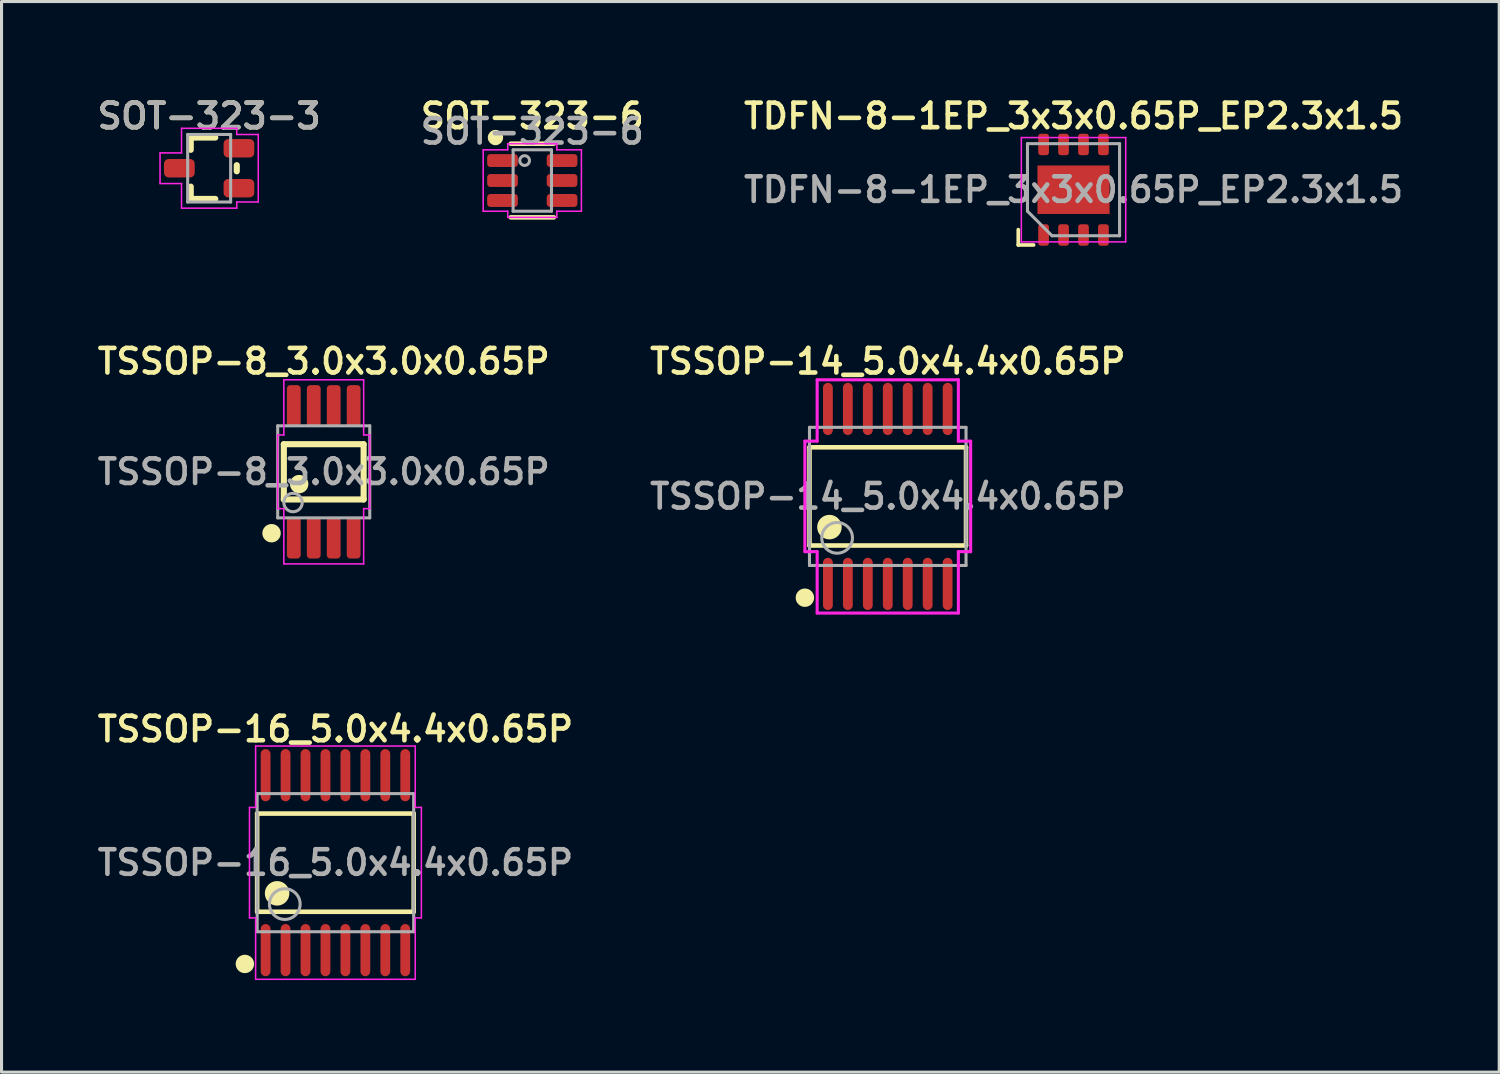
<source format=kicad_pcb>
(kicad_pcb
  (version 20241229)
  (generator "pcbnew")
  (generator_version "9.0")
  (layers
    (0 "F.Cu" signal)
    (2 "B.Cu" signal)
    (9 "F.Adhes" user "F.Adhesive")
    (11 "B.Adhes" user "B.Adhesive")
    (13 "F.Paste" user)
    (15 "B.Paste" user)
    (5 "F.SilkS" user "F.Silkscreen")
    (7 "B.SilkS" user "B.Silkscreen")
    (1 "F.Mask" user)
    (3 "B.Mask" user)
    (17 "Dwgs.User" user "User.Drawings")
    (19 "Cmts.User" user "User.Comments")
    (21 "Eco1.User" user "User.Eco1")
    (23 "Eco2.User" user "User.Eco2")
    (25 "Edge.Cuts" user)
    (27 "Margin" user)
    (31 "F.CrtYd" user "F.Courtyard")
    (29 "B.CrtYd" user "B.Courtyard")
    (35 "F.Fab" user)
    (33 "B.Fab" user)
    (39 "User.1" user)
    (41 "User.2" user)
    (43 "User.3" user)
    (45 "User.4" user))
  (footprint "TSSOP-8_3.0x3.0x0.65P"
    (layer "F.Cu")
    (at 7.497 12.322)
    (property "Reference" "TSSOP-8_3.0x3.0x0.65P" (at 0 -3.6 0) (layer "F.SilkS") (effects (font (size 0.8 0.8) (thickness 0.15))))
    (attr smd)
    (fp_line (start -1.3 -0.9) (end 1.3 -0.9) (stroke (width 0.2) (type solid)) (layer "F.SilkS"))
    (fp_line (start -1.3 0.9) (end -1.3 -0.9) (stroke (width 0.2) (type solid)) (layer "F.SilkS"))
    (fp_line (start -1.3 0.9) (end 1.3 0.9) (stroke (width 0.2) (type solid)) (layer "F.SilkS"))
    (fp_line (start 1.3 0.9) (end 1.3 -0.9) (stroke (width 0.2) (type solid)) (layer "F.SilkS"))
    (fp_circle (center -1.7 2) (end -1.55 2) (stroke (width 0.3) (type solid)) (fill no) (layer "F.SilkS"))
    (fp_circle (center -0.8 0.4) (end -0.65 0.4) (stroke (width 0.3) (type solid)) (fill no) (layer "F.SilkS"))
    (fp_line (start -1.5 -1.2) (end -1.5 1.2) (stroke (width 0.05) (type solid)) (layer "F.CrtYd"))
    (fp_line (start -1.5 1.2) (end -1.3 1.2) (stroke (width 0.05) (type solid)) (layer "F.CrtYd"))
    (fp_line (start -1.3 -3) (end -1.3 -1.2) (stroke (width 0.05) (type solid)) (layer "F.CrtYd"))
    (fp_line (start -1.3 -1.2) (end -1.5 -1.2) (stroke (width 0.05) (type solid)) (layer "F.CrtYd"))
    (fp_line (start -1.3 1.2) (end -1.3 3) (stroke (width 0.05) (type solid)) (layer "F.CrtYd"))
    (fp_line (start -1.3 3) (end 1.3 3) (stroke (width 0.05) (type solid)) (layer "F.CrtYd"))
    (fp_line (start 1.3 -3) (end -1.3 -3) (stroke (width 0.05) (type solid)) (layer "F.CrtYd"))
    (fp_line (start 1.3 -1.2) (end 1.3 -3) (stroke (width 0.05) (type solid)) (layer "F.CrtYd"))
    (fp_line (start 1.3 1.2) (end 1.5 1.2) (stroke (width 0.05) (type solid)) (layer "F.CrtYd"))
    (fp_line (start 1.3 3) (end 1.3 1.2) (stroke (width 0.05) (type solid)) (layer "F.CrtYd"))
    (fp_line (start 1.5 -1.2) (end 1.3 -1.2) (stroke (width 0.05) (type solid)) (layer "F.CrtYd"))
    (fp_line (start 1.5 1.2) (end 1.5 -1.2) (stroke (width 0.05) (type solid)) (layer "F.CrtYd"))
    (fp_line (start -1.5 -1.5) (end 1.5 -1.5) (stroke (width 0.1) (type solid)) (layer "F.Fab"))
    (fp_line (start -1.5 1.5) (end -1.5 -1.5) (stroke (width 0.1) (type solid)) (layer "F.Fab"))
    (fp_line (start -1.5 1.5) (end 1.5 1.5) (stroke (width 0.1) (type solid)) (layer "F.Fab"))
    (fp_line (start 1.5 1.5) (end 1.5 -1.5) (stroke (width 0.1) (type solid)) (layer "F.Fab"))
    (fp_circle (center -1 1) (end -0.7 1) (stroke (width 0.1) (type solid)) (fill no) (layer "F.Fab"))
    (fp_text user "${REFERENCE}" (at 0 0 0) (layer "F.Fab") (effects (font (size 0.8 0.8) (thickness 0.15))))
    (pad "1" smd roundrect (at -0.975 2.15) (size 0.45 1.35) (layers "F.Cu" "F.Mask" "F.Paste") (roundrect_rratio 0.25))
    (pad "2" smd roundrect (at -0.325 2.15) (size 0.45 1.35) (layers "F.Cu" "F.Mask" "F.Paste") (roundrect_rratio 0.25))
    (pad "3" smd roundrect (at 0.325 2.15) (size 0.45 1.35) (layers "F.Cu" "F.Mask" "F.Paste") (roundrect_rratio 0.25))
    (pad "4" smd roundrect (at 0.975 2.15) (size 0.45 1.35) (layers "F.Cu" "F.Mask" "F.Paste") (roundrect_rratio 0.25))
    (pad "5" smd roundrect (at 0.975 -2.15) (size 0.45 1.35) (layers "F.Cu" "F.Mask" "F.Paste") (roundrect_rratio 0.25))
    (pad "6" smd roundrect (at 0.325 -2.15) (size 0.45 1.35) (layers "F.Cu" "F.Mask" "F.Paste") (roundrect_rratio 0.25))
    (pad "7" smd roundrect (at -0.325 -2.15) (size 0.45 1.35) (layers "F.Cu" "F.Mask" "F.Paste") (roundrect_rratio 0.25))
    (pad "8" smd roundrect (at -0.975 -2.15) (size 0.45 1.35) (layers "F.Cu" "F.Mask" "F.Paste") (roundrect_rratio 0.25)))
  (footprint "SOT-323-3"
    (layer "F.Cu")
    (at 3.764 2.431)
    (property "Reference" "SOT-323-3" (at 0 -1.7 0) (layer "F.SilkS") (effects (font (size 0.8 0.8) (thickness 0.15))))
    (attr smd)
    (fp_line (start -0.6 -1) (end 0.2 -1) (stroke (width 0.2) (type solid)) (layer "F.SilkS"))
    (fp_line (start -0.6 -0.6) (end -0.6 -1) (stroke (width 0.2) (type solid)) (layer "F.SilkS"))
    (fp_line (start -0.6 1) (end -0.6 0.6) (stroke (width 0.2) (type solid)) (layer "F.SilkS"))
    (fp_line (start -0.6 1) (end 0.2 1) (stroke (width 0.2) (type solid)) (layer "F.SilkS"))
    (fp_line (start 0.9 0.1) (end 0.9 -0.1) (stroke (width 0.2) (type solid)) (layer "F.SilkS"))
    (fp_line (start -1.6 -0.5) (end -0.9 -0.5) (stroke (width 0.05) (type solid)) (layer "F.CrtYd"))
    (fp_line (start -1.6 0.5) (end -1.6 -0.5) (stroke (width 0.05) (type solid)) (layer "F.CrtYd"))
    (fp_line (start -0.9 -1.3) (end 0.9 -1.3) (stroke (width 0.05) (type solid)) (layer "F.CrtYd"))
    (fp_line (start -0.9 -0.5) (end -0.9 -1.3) (stroke (width 0.05) (type solid)) (layer "F.CrtYd"))
    (fp_line (start -0.9 0.5) (end -1.6 0.5) (stroke (width 0.05) (type solid)) (layer "F.CrtYd"))
    (fp_line (start -0.9 1.3) (end -0.9 0.5) (stroke (width 0.05) (type solid)) (layer "F.CrtYd"))
    (fp_line (start 0.9 -1.3) (end 0.9 -1.1) (stroke (width 0.05) (type solid)) (layer "F.CrtYd"))
    (fp_line (start 0.9 -1.1) (end 1.6 -1.1) (stroke (width 0.05) (type solid)) (layer "F.CrtYd"))
    (fp_line (start 0.9 1.1) (end 0.9 1.3) (stroke (width 0.05) (type solid)) (layer "F.CrtYd"))
    (fp_line (start 0.9 1.3) (end -0.9 1.3) (stroke (width 0.05) (type solid)) (layer "F.CrtYd"))
    (fp_line (start 1.6 -1.1) (end 1.6 1.1) (stroke (width 0.05) (type solid)) (layer "F.CrtYd"))
    (fp_line (start 1.6 1.1) (end 0.9 1.1) (stroke (width 0.05) (type solid)) (layer "F.CrtYd"))
    (fp_line (start -0.7 -1.1) (end 0.7 -1.1) (stroke (width 0.1) (type solid)) (layer "F.Fab"))
    (fp_line (start -0.7 1.1) (end -0.7 -1.1) (stroke (width 0.1) (type solid)) (layer "F.Fab"))
    (fp_line (start -0.7 1.1) (end 0.7 1.1) (stroke (width 0.1) (type solid)) (layer "F.Fab"))
    (fp_line (start 0.7 1.1) (end 0.7 -1.1) (stroke (width 0.1) (type solid)) (layer "F.Fab"))
    (fp_text user "${REFERENCE}" (at 0 -1.7 0) (layer "F.Fab") (effects (font (size 0.8 0.8) (thickness 0.15))))
    (pad "1" smd roundrect (at 0.97 0.65 90) (size 0.6 1) (layers "F.Cu" "F.Mask" "F.Paste") (roundrect_rratio 0.25))
    (pad "2" smd roundrect (at -0.97 0 90) (size 0.6 1) (layers "F.Cu" "F.Mask" "F.Paste") (roundrect_rratio 0.25))
    (pad "3" smd roundrect (at 0.97 -0.65 90) (size 0.6 1) (layers "F.Cu" "F.Mask" "F.Paste") (roundrect_rratio 0.25)))
  (footprint "TDFN-8-1EP_3x3x0.65P_EP2.3x1.5"
    (layer "F.Cu")
    (at 31.925 3.131)
    (property "Reference" "TDFN-8-1EP_3x3x0.65P_EP2.3x1.5" (at 0 -2.4 0) (layer "F.SilkS") (effects (font (size 0.8 0.8) (thickness 0.15))))
    (attr smd)
    (fp_line (start -1.8 1.8) (end -1.8 1.3) (stroke (width 0.12) (type solid)) (layer "F.SilkS"))
    (fp_line (start -1.3 1.8) (end -1.8 1.8) (stroke (width 0.12) (type solid)) (layer "F.SilkS"))
    (fp_line (start -1.7 -1.7) (end 1.7 -1.7) (stroke (width 0.05) (type solid)) (layer "F.CrtYd"))
    (fp_line (start -1.7 1.7) (end -1.7 -1.7) (stroke (width 0.05) (type solid)) (layer "F.CrtYd"))
    (fp_line (start 1.7 -1.7) (end 1.7 1.7) (stroke (width 0.05) (type solid)) (layer "F.CrtYd"))
    (fp_line (start 1.7 1.7) (end -1.7 1.7) (stroke (width 0.05) (type solid)) (layer "F.CrtYd"))
    (fp_line (start -1.5 -1.5) (end 1.5 -1.5) (stroke (width 0.1) (type solid)) (layer "F.Fab"))
    (fp_line (start -1.5 0.7) (end -1.5 -1.5) (stroke (width 0.1) (type solid)) (layer "F.Fab"))
    (fp_line (start -0.7 1.5) (end -1.5 0.7) (stroke (width 0.1) (type solid)) (layer "F.Fab"))
    (fp_line (start 1.5 -1.5) (end 1.5 1.5) (stroke (width 0.1) (type solid)) (layer "F.Fab"))
    (fp_line (start 1.5 1.5) (end -0.7 1.5) (stroke (width 0.1) (type solid)) (layer "F.Fab"))
    (fp_text user "${REFERENCE}" (at 0 0 180) (layer "F.Fab") (effects (font (size 0.8 0.8) (thickness 0.15))))
    (pad "" smd roundrect (at -0.55 -0.4 90) (size 0.45 0.8) (layers "F.Paste") (roundrect_rratio 0.25))
    (pad "" smd roundrect (at -0.55 0.4 90) (size 0.45 0.8) (layers "F.Paste") (roundrect_rratio 0.25))
    (pad "" smd roundrect (at 0.55 -0.4 90) (size 0.45 0.8) (layers "F.Paste") (roundrect_rratio 0.25))
    (pad "" smd roundrect (at 0.55 0.4 90) (size 0.45 0.8) (layers "F.Paste") (roundrect_rratio 0.25))
    (pad "1" smd roundrect (at -0.975 1.475 90) (size 0.7 0.35) (layers "F.Cu" "F.Mask" "F.Paste") (roundrect_rratio 0.25))
    (pad "2" smd roundrect (at -0.325 1.475 90) (size 0.7 0.35) (layers "F.Cu" "F.Mask" "F.Paste") (roundrect_rratio 0.25))
    (pad "3" smd roundrect (at 0.325 1.475 90) (size 0.7 0.35) (layers "F.Cu" "F.Mask" "F.Paste") (roundrect_rratio 0.25))
    (pad "4" smd roundrect (at 0.975 1.475 90) (size 0.7 0.35) (layers "F.Cu" "F.Mask" "F.Paste") (roundrect_rratio 0.25))
    (pad "5" smd roundrect (at 0.975 -1.475 90) (size 0.7 0.35) (layers "F.Cu" "F.Mask" "F.Paste") (roundrect_rratio 0.25))
    (pad "6" smd roundrect (at 0.325 -1.475 90) (size 0.7 0.35) (layers "F.Cu" "F.Mask" "F.Paste") (roundrect_rratio 0.25))
    (pad "7" smd roundrect (at -0.325 -1.475 90) (size 0.7 0.35) (layers "F.Cu" "F.Mask" "F.Paste") (roundrect_rratio 0.25))
    (pad "8" smd roundrect (at -0.975 -1.475 90) (size 0.7 0.35) (layers "F.Cu" "F.Mask" "F.Paste") (roundrect_rratio 0.25))
    (pad "9" smd rect (at 0 0 90) (size 1.58 2.35) (layers "F.Cu" "F.Mask")))
  (footprint "TSSOP-16_5.0x4.4x0.65P"
    (layer "F.Cu")
    (at 7.878 25.055)
    (property "Reference" "TSSOP-16_5.0x4.4x0.65P" (at 0 -4.351 0) (layer "F.SilkS") (effects (font (size 0.8 0.8) (thickness 0.15))))
    (attr smd)
    (fp_line (start -2.55 -1.6) (end 2.55 -1.6) (stroke (width 0.15) (type solid)) (layer "F.SilkS"))
    (fp_line (start -2.55 1.6) (end -2.55 -1.6) (stroke (width 0.15) (type solid)) (layer "F.SilkS"))
    (fp_line (start -2.55 1.6) (end 2.55 1.6) (stroke (width 0.15) (type solid)) (layer "F.SilkS"))
    (fp_line (start 2.55 1.6) (end 2.55 -1.6) (stroke (width 0.15) (type solid)) (layer "F.SilkS"))
    (fp_circle (center -2.95 3.3) (end -2.8 3.3) (stroke (width 0.3) (type solid)) (fill no) (layer "F.SilkS"))
    (fp_circle (center -1.9 1) (end -1.7 1) (stroke (width 0.4) (type solid)) (fill no) (layer "F.SilkS"))
    (fp_line (start -2.8 -1.8) (end -2.8 1.8) (stroke (width 0.05) (type solid)) (layer "F.CrtYd"))
    (fp_line (start -2.8 1.8) (end -2.6 1.8) (stroke (width 0.05) (type solid)) (layer "F.CrtYd"))
    (fp_line (start -2.6 -3.8) (end -2.6 -1.8) (stroke (width 0.05) (type solid)) (layer "F.CrtYd"))
    (fp_line (start -2.6 -1.8) (end -2.8 -1.8) (stroke (width 0.05) (type solid)) (layer "F.CrtYd"))
    (fp_line (start -2.6 1.8) (end -2.6 3.8) (stroke (width 0.05) (type solid)) (layer "F.CrtYd"))
    (fp_line (start -2.6 3.8) (end 2.6 3.8) (stroke (width 0.05) (type solid)) (layer "F.CrtYd"))
    (fp_line (start 2.6 -3.8) (end -2.6 -3.8) (stroke (width 0.05) (type solid)) (layer "F.CrtYd"))
    (fp_line (start 2.6 -1.8) (end 2.6 -3.8) (stroke (width 0.05) (type solid)) (layer "F.CrtYd"))
    (fp_line (start 2.6 1.8) (end 2.8 1.8) (stroke (width 0.05) (type solid)) (layer "F.CrtYd"))
    (fp_line (start 2.6 3.8) (end 2.6 1.8) (stroke (width 0.05) (type solid)) (layer "F.CrtYd"))
    (fp_line (start 2.8 -1.8) (end 2.6 -1.8) (stroke (width 0.05) (type solid)) (layer "F.CrtYd"))
    (fp_line (start 2.8 1.8) (end 2.8 -1.8) (stroke (width 0.05) (type solid)) (layer "F.CrtYd"))
    (fp_line (start -2.55 -2.25) (end 2.55 -2.25) (stroke (width 0.1) (type solid)) (layer "F.Fab"))
    (fp_line (start -2.55 2.25) (end -2.55 -2.25) (stroke (width 0.1) (type solid)) (layer "F.Fab"))
    (fp_line (start -2.55 2.25) (end 2.55 2.25) (stroke (width 0.1) (type solid)) (layer "F.Fab"))
    (fp_line (start 2.55 2.25) (end 2.55 -2.25) (stroke (width 0.1) (type solid)) (layer "F.Fab"))
    (fp_circle (center -1.65 1.35) (end -1.15 1.35) (stroke (width 0.1) (type solid)) (fill no) (layer "F.Fab"))
    (fp_text user "${REFERENCE}" (at 0 0 0) (layer "F.Fab") (effects (font (size 0.8 0.8) (thickness 0.15))))
    (pad "1" smd oval (at -2.275 2.85 180) (size 0.32 1.7) (layers "F.Cu" "F.Mask" "F.Paste"))
    (pad "2" smd oval (at -1.625 2.85 180) (size 0.32 1.7) (layers "F.Cu" "F.Mask" "F.Paste"))
    (pad "3" smd oval (at -0.975 2.85 180) (size 0.32 1.7) (layers "F.Cu" "F.Mask" "F.Paste"))
    (pad "4" smd oval (at -0.325 2.85 180) (size 0.32 1.7) (layers "F.Cu" "F.Mask" "F.Paste"))
    (pad "5" smd oval (at 0.325 2.85 180) (size 0.32 1.7) (layers "F.Cu" "F.Mask" "F.Paste"))
    (pad "6" smd oval (at 0.975 2.85 180) (size 0.32 1.7) (layers "F.Cu" "F.Mask" "F.Paste"))
    (pad "7" smd oval (at 1.625 2.85 180) (size 0.32 1.7) (layers "F.Cu" "F.Mask" "F.Paste"))
    (pad "8" smd oval (at 2.275 2.85 180) (size 0.32 1.7) (layers "F.Cu" "F.Mask" "F.Paste"))
    (pad "9" smd oval (at 2.275 -2.85 180) (size 0.32 1.7) (layers "F.Cu" "F.Mask" "F.Paste"))
    (pad "10" smd oval (at 1.625 -2.85 180) (size 0.32 1.7) (layers "F.Cu" "F.Mask" "F.Paste"))
    (pad "11" smd oval (at 0.975 -2.85 180) (size 0.32 1.7) (layers "F.Cu" "F.Mask" "F.Paste"))
    (pad "12" smd oval (at 0.325 -2.85 180) (size 0.32 1.7) (layers "F.Cu" "F.Mask" "F.Paste"))
    (pad "13" smd oval (at -0.325 -2.85 180) (size 0.32 1.7) (layers "F.Cu" "F.Mask" "F.Paste"))
    (pad "14" smd oval (at -0.975 -2.85 180) (size 0.32 1.7) (layers "F.Cu" "F.Mask" "F.Paste"))
    (pad "15" smd oval (at -1.625 -2.85 180) (size 0.32 1.7) (layers "F.Cu" "F.Mask" "F.Paste"))
    (pad "16" smd oval (at -2.275 -2.85 180) (size 0.32 1.7) (layers "F.Cu" "F.Mask" "F.Paste")))
  (footprint "TSSOP-14_5.0x4.4x0.65P"
    (layer "F.Cu")
    (at 25.873 13.123)
    (property "Reference" "TSSOP-14_5.0x4.4x0.65P" (at 0 -4.4 0) (layer "F.SilkS") (effects (font (size 0.8 0.8) (thickness 0.15))))
    (attr smd)
    (fp_line (start -2.55 -1.6) (end 2.55 -1.6) (stroke (width 0.15) (type solid)) (layer "F.SilkS"))
    (fp_line (start -2.55 1.6) (end -2.55 -1.6) (stroke (width 0.15) (type solid)) (layer "F.SilkS"))
    (fp_line (start -2.55 1.6) (end 2.55 1.6) (stroke (width 0.15) (type solid)) (layer "F.SilkS"))
    (fp_line (start 2.55 1.6) (end 2.55 -1.6) (stroke (width 0.15) (type solid)) (layer "F.SilkS"))
    (fp_circle (center -2.7 3.3) (end -2.55 3.3) (stroke (width 0.3) (type solid)) (fill no) (layer "F.SilkS"))
    (fp_circle (center -1.9 1) (end -1.7 1) (stroke (width 0.4) (type solid)) (fill no) (layer "F.SilkS"))
    (fp_line (start -2.7 1.8) (end -2.7 -1.8) (stroke (width 0.1) (type solid)) (layer "F.CrtYd"))
    (fp_line (start -2.3 -3.8) (end -2.3 -1.8) (stroke (width 0.1) (type solid)) (layer "F.CrtYd"))
    (fp_line (start -2.3 -3.8) (end 2.3 -3.8) (stroke (width 0.1) (type solid)) (layer "F.CrtYd"))
    (fp_line (start -2.3 -1.8) (end -2.7 -1.8) (stroke (width 0.1) (type solid)) (layer "F.CrtYd"))
    (fp_line (start -2.3 1.8) (end -2.7 1.8) (stroke (width 0.1) (type solid)) (layer "F.CrtYd"))
    (fp_line (start -2.3 3.8) (end -2.3 1.8) (stroke (width 0.1) (type solid)) (layer "F.CrtYd"))
    (fp_line (start 2.3 -3.8) (end 2.3 -1.8) (stroke (width 0.1) (type solid)) (layer "F.CrtYd"))
    (fp_line (start 2.3 -1.8) (end 2.7 -1.8) (stroke (width 0.1) (type solid)) (layer "F.CrtYd"))
    (fp_line (start 2.3 1.8) (end 2.3 3.8) (stroke (width 0.1) (type solid)) (layer "F.CrtYd"))
    (fp_line (start 2.3 3.8) (end -2.3 3.8) (stroke (width 0.1) (type solid)) (layer "F.CrtYd"))
    (fp_line (start 2.7 -1.8) (end 2.7 1.8) (stroke (width 0.1) (type solid)) (layer "F.CrtYd"))
    (fp_line (start 2.7 1.8) (end 2.3 1.8) (stroke (width 0.1) (type solid)) (layer "F.CrtYd"))
    (fp_line (start -2.55 -2.25) (end 2.55 -2.25) (stroke (width 0.1) (type solid)) (layer "F.Fab"))
    (fp_line (start -2.55 2.25) (end -2.55 -2.25) (stroke (width 0.1) (type solid)) (layer "F.Fab"))
    (fp_line (start -2.55 2.25) (end 2.55 2.25) (stroke (width 0.1) (type solid)) (layer "F.Fab"))
    (fp_line (start 2.55 -2.25) (end 2.55 2.25) (stroke (width 0.1) (type solid)) (layer "F.Fab"))
    (fp_circle (center -1.65 1.35) (end -1.15 1.35) (stroke (width 0.1) (type solid)) (fill no) (layer "F.Fab"))
    (fp_text user "${REFERENCE}" (at 0 0 0) (layer "F.Fab") (effects (font (size 0.8 0.8) (thickness 0.15))))
    (pad "1" smd oval (at -1.95 2.85 180) (size 0.32 1.7) (layers "F.Cu" "F.Mask" "F.Paste"))
    (pad "2" smd oval (at -1.3 2.85 180) (size 0.32 1.7) (layers "F.Cu" "F.Mask" "F.Paste"))
    (pad "3" smd oval (at -0.65 2.85 180) (size 0.32 1.7) (layers "F.Cu" "F.Mask" "F.Paste"))
    (pad "4" smd oval (at 0 2.85 180) (size 0.32 1.7) (layers "F.Cu" "F.Mask" "F.Paste"))
    (pad "5" smd oval (at 0.65 2.85 180) (size 0.32 1.7) (layers "F.Cu" "F.Mask" "F.Paste"))
    (pad "6" smd oval (at 1.3 2.85 180) (size 0.32 1.7) (layers "F.Cu" "F.Mask" "F.Paste"))
    (pad "7" smd oval (at 1.95 2.85 180) (size 0.32 1.7) (layers "F.Cu" "F.Mask" "F.Paste"))
    (pad "8" smd oval (at 1.95 -2.85 180) (size 0.32 1.7) (layers "F.Cu" "F.Mask" "F.Paste"))
    (pad "9" smd oval (at 1.3 -2.85 180) (size 0.32 1.7) (layers "F.Cu" "F.Mask" "F.Paste"))
    (pad "10" smd oval (at 0.65 -2.85 180) (size 0.32 1.7) (layers "F.Cu" "F.Mask" "F.Paste"))
    (pad "11" smd oval (at 0 -2.85 180) (size 0.32 1.7) (layers "F.Cu" "F.Mask" "F.Paste"))
    (pad "12" smd oval (at -0.65 -2.85 180) (size 0.32 1.7) (layers "F.Cu" "F.Mask" "F.Paste"))
    (pad "13" smd oval (at -1.3 -2.85 180) (size 0.32 1.7) (layers "F.Cu" "F.Mask" "F.Paste"))
    (pad "14" smd oval (at -1.95 -2.85 180) (size 0.32 1.7) (layers "F.Cu" "F.Mask" "F.Paste")))
  (footprint "SOT-323-6"
    (layer "F.Cu")
    (at 14.292 2.831)
    (property "Reference" "SOT-323-6" (at 0 -2.1 0) (layer "F.SilkS") (effects (font (size 0.8 0.8) (thickness 0.15))))
    (attr smd)
    (fp_line (start -0.7 -1.2) (end 0.7 -1.2) (stroke (width 0.15) (type solid)) (layer "F.SilkS"))
    (fp_line (start -0.7 1.2) (end 0.7 1.2) (stroke (width 0.15) (type solid)) (layer "F.SilkS"))
    (fp_circle (center -1.2 -1.4) (end -1.075 -1.4) (stroke (width 0.25) (type solid)) (fill no) (layer "F.SilkS"))
    (fp_line (start -1.6 -1) (end -0.8 -1) (stroke (width 0.05) (type solid)) (layer "F.CrtYd"))
    (fp_line (start -1.6 1) (end -1.6 -1) (stroke (width 0.05) (type solid)) (layer "F.CrtYd"))
    (fp_line (start -0.8 -1.2) (end 0.8 -1.2) (stroke (width 0.05) (type solid)) (layer "F.CrtYd"))
    (fp_line (start -0.8 -1) (end -0.8 -1.2) (stroke (width 0.05) (type solid)) (layer "F.CrtYd"))
    (fp_line (start -0.8 1) (end -1.6 1) (stroke (width 0.05) (type solid)) (layer "F.CrtYd"))
    (fp_line (start -0.8 1.2) (end -0.8 1) (stroke (width 0.05) (type solid)) (layer "F.CrtYd"))
    (fp_line (start 0.8 -1.2) (end 0.8 -1) (stroke (width 0.05) (type solid)) (layer "F.CrtYd"))
    (fp_line (start 0.8 -1) (end 1.6 -1) (stroke (width 0.05) (type solid)) (layer "F.CrtYd"))
    (fp_line (start 0.8 1) (end 0.8 1.2) (stroke (width 0.05) (type solid)) (layer "F.CrtYd"))
    (fp_line (start 0.8 1.2) (end -0.8 1.2) (stroke (width 0.05) (type solid)) (layer "F.CrtYd"))
    (fp_line (start 1.6 -1) (end 1.6 1) (stroke (width 0.05) (type solid)) (layer "F.CrtYd"))
    (fp_line (start 1.6 1) (end 0.8 1) (stroke (width 0.05) (type solid)) (layer "F.CrtYd"))
    (fp_line (start -0.625 -1) (end 0.625 -1) (stroke (width 0.1) (type solid)) (layer "F.Fab"))
    (fp_line (start -0.625 1) (end -0.625 -1) (stroke (width 0.1) (type solid)) (layer "F.Fab"))
    (fp_line (start -0.625 1) (end 0.625 1) (stroke (width 0.1) (type solid)) (layer "F.Fab"))
    (fp_line (start 0.625 -1) (end 0.625 1) (stroke (width 0.1) (type solid)) (layer "F.Fab"))
    (fp_circle (center -0.25 -0.65) (end -0.4 -0.7) (stroke (width 0.1) (type solid)) (fill no) (layer "F.Fab"))
    (fp_text user "${REFERENCE}" (at 0 -1.6 0) (layer "F.Fab") (effects (font (size 0.8 0.8) (thickness 0.15))))
    (pad "1" smd roundrect (at -0.97 -0.65 270) (size 0.42 1) (layers "F.Cu" "F.Mask" "F.Paste") (roundrect_rratio 0.25))
    (pad "2" smd roundrect (at -0.97 0 270) (size 0.42 1) (layers "F.Cu" "F.Mask" "F.Paste") (roundrect_rratio 0.25))
    (pad "3" smd roundrect (at -0.97 0.65 270) (size 0.42 1) (layers "F.Cu" "F.Mask" "F.Paste") (roundrect_rratio 0.25))
    (pad "4" smd roundrect (at 0.97 0.65 90) (size 0.42 1) (layers "F.Cu" "F.Mask" "F.Paste") (roundrect_rratio 0.25))
    (pad "5" smd roundrect (at 0.97 0 90) (size 0.42 1) (layers "F.Cu" "F.Mask" "F.Paste") (roundrect_rratio 0.25))
    (pad "6" smd roundrect (at 0.97 -0.65 90) (size 0.42 1) (layers "F.Cu" "F.Mask" "F.Paste") (roundrect_rratio 0.25)))
  (gr_rect
    (start -3 -3)
    (end 45.794 31.88)
    (stroke (width 0.1) (type default))
    (fill no)
    (layer "Edge.Cuts")))
</source>
